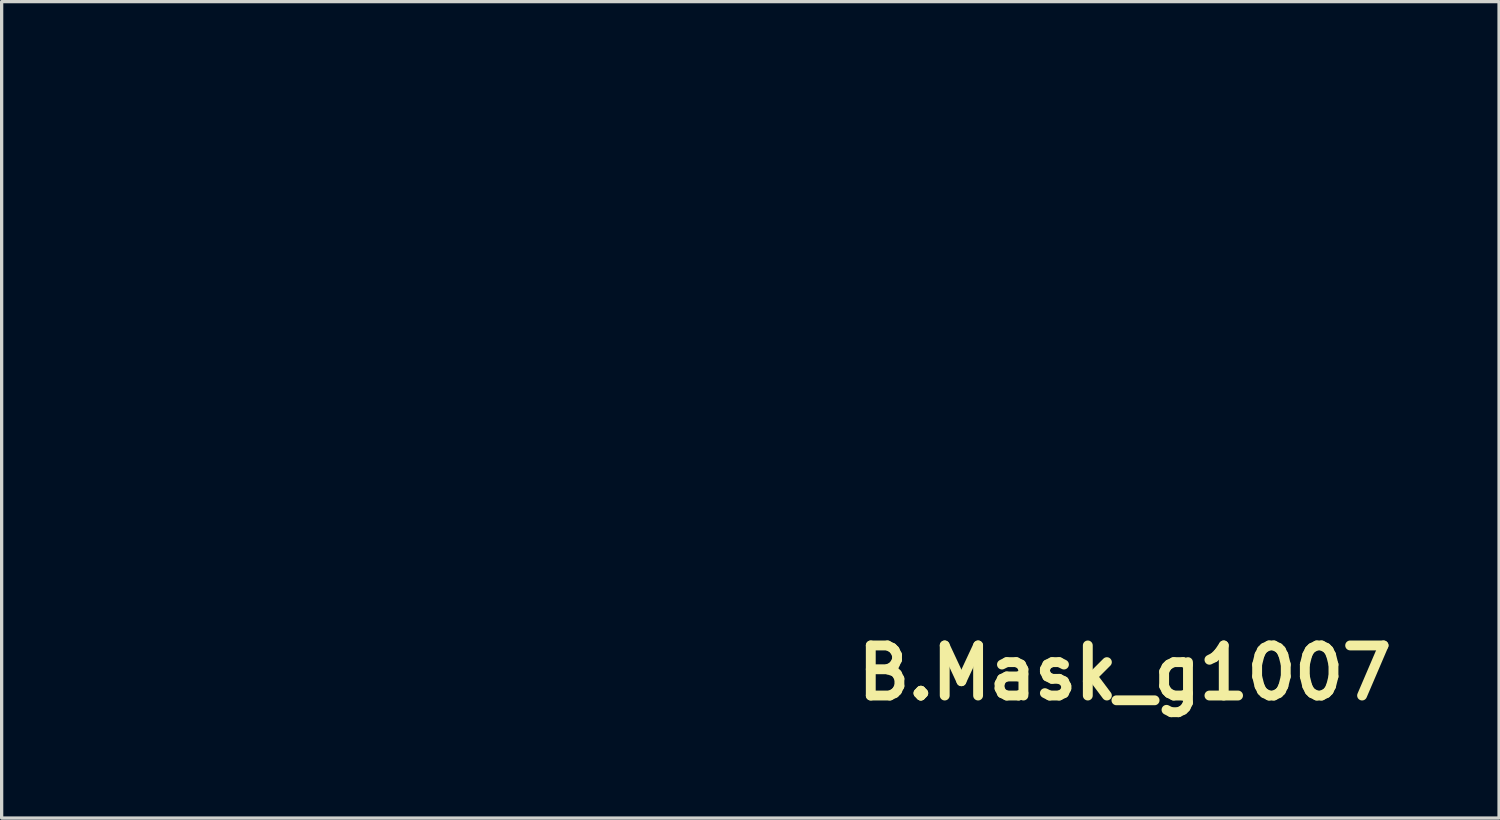
<source format=kicad_pcb>
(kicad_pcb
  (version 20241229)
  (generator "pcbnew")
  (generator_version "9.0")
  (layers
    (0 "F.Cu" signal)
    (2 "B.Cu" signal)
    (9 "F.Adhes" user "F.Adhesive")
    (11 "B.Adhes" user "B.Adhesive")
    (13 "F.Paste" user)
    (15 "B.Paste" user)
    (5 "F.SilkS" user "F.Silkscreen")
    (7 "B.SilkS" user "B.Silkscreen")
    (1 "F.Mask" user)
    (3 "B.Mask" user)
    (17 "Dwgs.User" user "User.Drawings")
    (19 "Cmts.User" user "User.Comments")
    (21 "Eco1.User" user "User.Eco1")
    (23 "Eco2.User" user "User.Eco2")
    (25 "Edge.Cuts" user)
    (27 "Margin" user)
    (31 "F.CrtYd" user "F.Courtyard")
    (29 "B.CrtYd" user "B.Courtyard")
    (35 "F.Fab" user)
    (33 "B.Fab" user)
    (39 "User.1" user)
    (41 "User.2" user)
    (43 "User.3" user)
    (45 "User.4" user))
  (footprint "B.Mask_g1007"
    (layer "F.Cu")
    (at 31.176 17.425)
    (property "Reference" "B.Mask_g1007" (at 0 0 0) (layer "F.SilkS") (effects (font (size 1.524 1.524) (thickness 0.3))))
    (attr through_hole)
    (fp_poly (pts (xy -23.638 -17.416) (xy -23.571 -17.404) (xy -23.479 -17.388) (xy -23.371 -17.367) (xy -23.315 -17.356) (xy -23.165 -17.328) (xy -23.04 -17.31) (xy -22.922 -17.299) (xy -22.795 -17.294) (xy -22.701 -17.293) (xy -22.525 -17.291) (xy -22.329 -17.287) (xy -22.12 -17.28) (xy -21.908 -17.271) (xy -21.7 -17.261) (xy -21.506 -17.249) (xy -21.334 -17.237) (xy -21.192 -17.225) (xy -21.141 -17.219) (xy -20.948 -17.195) (xy -20.789 -17.171) (xy -20.651 -17.144) (xy -20.527 -17.112) (xy -20.405 -17.07) (xy -20.277 -17.017) (xy -20.131 -16.95) (xy -20.045 -16.908) (xy -19.835 -16.805) (xy -19.661 -16.715) (xy -19.516 -16.637) (xy -19.399 -16.569) (xy -19.303 -16.507) (xy -19.226 -16.449) (xy -19.162 -16.394) (xy -19.157 -16.389) (xy -19.042 -16.277) (xy -18.869 -16.277) (xy -18.733 -16.274) (xy -18.579 -16.266) (xy -18.42 -16.254) (xy -18.266 -16.239) (xy -18.13 -16.222) (xy -18.021 -16.203) (xy -18.002 -16.199) (xy -17.923 -16.179) (xy -17.818 -16.147) (xy -17.701 -16.11) (xy -17.59 -16.071) (xy -17.506 -16.044) (xy -17.389 -16.008) (xy -17.244 -15.966) (xy -17.078 -15.92) (xy -16.898 -15.871) (xy -16.711 -15.821) (xy -16.552 -15.78) (xy -16.291 -15.713) (xy -16.067 -15.653) (xy -15.875 -15.599) (xy -15.711 -15.549) (xy -15.571 -15.503) (xy -15.451 -15.459) (xy -15.345 -15.415) (xy -15.25 -15.37) (xy -15.219 -15.354) (xy -15.004 -15.223) (xy -14.82 -15.071) (xy -14.67 -14.901) (xy -14.558 -14.717) (xy -14.549 -14.698) (xy -14.472 -14.487) (xy -14.424 -14.25) (xy -14.405 -13.991) (xy -14.415 -13.717) (xy -14.453 -13.431) (xy -14.52 -13.14) (xy -14.564 -12.995) (xy -14.615 -12.854) (xy -14.676 -12.706) (xy -14.744 -12.561) (xy -14.812 -12.428) (xy -14.877 -12.32) (xy -14.91 -12.272) (xy -14.985 -12.19) (xy -15.097 -12.091) (xy -15.243 -11.975) (xy -15.423 -11.845) (xy -15.59 -11.732) (xy -15.793 -11.599) (xy -15.982 -11.484) (xy -16.171 -11.377) (xy -16.374 -11.27) (xy -16.542 -11.187) (xy -16.702 -11.109) (xy -16.834 -11.047) (xy -16.945 -10.999) (xy -17.044 -10.961) (xy -17.141 -10.93) (xy -17.243 -10.905) (xy -17.359 -10.88) (xy -17.498 -10.855) (xy -17.558 -10.844) (xy -17.833 -10.802) (xy -18.083 -10.772) (xy -18.304 -10.757) (xy -18.493 -10.756) (xy -18.646 -10.77) (xy -18.66 -10.772) (xy -18.758 -10.791) (xy -18.842 -10.811) (xy -18.92 -10.836) (xy -18.997 -10.87) (xy -19.078 -10.915) (xy -19.171 -10.974) (xy -19.282 -11.052) (xy -19.416 -11.151) (xy -19.505 -11.218) (xy -19.636 -11.317) (xy -19.765 -11.417) (xy -19.886 -11.511) (xy -19.991 -11.595) (xy -20.075 -11.663) (xy -20.116 -11.698) (xy -20.192 -11.764) (xy -20.263 -11.825) (xy -20.318 -11.872) (xy -20.34 -11.89) (xy -20.397 -11.938) (xy -20.37 -11.806) (xy -20.339 -11.619) (xy -20.317 -11.401) (xy -20.303 -11.163) (xy -20.298 -10.914) (xy -20.302 -10.667) (xy -20.317 -10.43) (xy -20.321 -10.381) (xy -20.358 -10.144) (xy -20.422 -9.892) (xy -20.509 -9.632) (xy -20.616 -9.373) (xy -20.74 -9.125) (xy -20.875 -8.894) (xy -21.018 -8.69) (xy -21.139 -8.548) (xy -21.179 -8.506) (xy -21.212 -8.469) (xy -21.242 -8.438) (xy -21.273 -8.413) (xy -21.308 -8.392) (xy -21.351 -8.376) (xy -21.404 -8.364) (xy -21.472 -8.355) (xy -21.558 -8.35) (xy -21.665 -8.347) (xy -21.797 -8.347) (xy -21.958 -8.348) (xy -22.15 -8.351) (xy -22.377 -8.355) (xy -22.643 -8.359) (xy -22.656 -8.359) (xy -23.918 -8.379) (xy -24.088 -8.534) (xy -24.262 -8.683) (xy -24.42 -8.797) (xy -24.56 -8.878) (xy -24.682 -8.922) (xy -24.758 -8.932) (xy -24.769 -8.932) (xy -24.78 -8.931) (xy -24.793 -8.927) (xy -24.812 -8.917) (xy -24.838 -8.901) (xy -24.874 -8.875) (xy -24.924 -8.838) (xy -24.989 -8.789) (xy -25.073 -8.724) (xy -25.177 -8.643) (xy -25.305 -8.543) (xy -25.459 -8.422) (xy -25.641 -8.278) (xy -25.801 -8.152) (xy -26.015 -7.984) (xy -26.2 -7.84) (xy -26.361 -7.718) (xy -26.499 -7.615) (xy -26.621 -7.529) (xy -26.728 -7.457) (xy -26.825 -7.396) (xy -26.916 -7.343) (xy -27.004 -7.298) (xy -27.094 -7.256) (xy -27.146 -7.232) (xy -27.239 -7.194) (xy -27.324 -7.162) (xy -27.409 -7.135) (xy -27.497 -7.114) (xy -27.594 -7.097) (xy -27.706 -7.083) (xy -27.837 -7.073) (xy -27.994 -7.064) (xy -28.181 -7.057) (xy -28.404 -7.05) (xy -28.459 -7.049) (xy -28.648 -7.044) (xy -28.836 -7.039) (xy -29.015 -7.034) (xy -29.179 -7.03) (xy -29.319 -7.026) (xy -29.43 -7.023) (xy -29.485 -7.021) (xy -29.604 -7.02) (xy -29.724 -7.021) (xy -29.831 -7.026) (xy -29.898 -7.031) (xy -30.035 -7.053) (xy -30.177 -7.086) (xy -30.31 -7.125) (xy -30.419 -7.167) (xy -30.445 -7.179) (xy -30.535 -7.23) (xy -30.633 -7.292) (xy -30.725 -7.357) (xy -30.799 -7.417) (xy -30.829 -7.446) (xy -30.869 -7.5) (xy -30.919 -7.584) (xy -30.973 -7.687) (xy -31.027 -7.797) (xy -31.074 -7.906) (xy -31.111 -8.002) (xy -31.127 -8.054) (xy -31.158 -8.228) (xy -31.171 -8.432) (xy -31.167 -8.655) (xy -31.146 -8.888) (xy -31.109 -9.122) (xy -31.062 -9.326) (xy -30.944 -9.682) (xy -30.789 -10.017) (xy -30.597 -10.333) (xy -30.368 -10.629) (xy -30.102 -10.904) (xy -29.799 -11.159) (xy -29.46 -11.393) (xy -29.084 -11.607) (xy -28.811 -11.739) (xy -28.725 -11.775) (xy -28.605 -11.824) (xy -28.455 -11.883) (xy -28.281 -11.951) (xy -28.088 -12.025) (xy -27.88 -12.103) (xy -27.663 -12.185) (xy -27.443 -12.266) (xy -27.224 -12.347) (xy -27.012 -12.424) (xy -26.811 -12.496) (xy -26.627 -12.561) (xy -26.466 -12.617) (xy -26.357 -12.654) (xy -26.214 -12.7) (xy -26.064 -12.746) (xy -25.919 -12.788) (xy -25.792 -12.822) (xy -25.719 -12.841) (xy -25.467 -12.899) (xy -25.619 -13.061) (xy -25.799 -13.271) (xy -25.977 -13.514) (xy -26.151 -13.782) (xy -26.313 -14.066) (xy -26.46 -14.357) (xy -26.586 -14.646) (xy -26.687 -14.924) (xy -26.732 -15.073) (xy -26.785 -15.317) (xy -26.809 -15.539) (xy -26.804 -15.739) (xy -26.771 -15.914) (xy -26.709 -16.062) (xy -26.621 -16.182) (xy -26.505 -16.272) (xy -26.437 -16.305) (xy -26.361 -16.339) (xy -26.286 -16.375) (xy -26.268 -16.385) (xy -26.095 -16.477) (xy -25.933 -16.556) (xy -25.771 -16.626) (xy -25.604 -16.689) (xy -25.423 -16.748) (xy -25.221 -16.805) (xy -24.988 -16.864) (xy -24.828 -16.901) (xy -24.665 -16.94) (xy -24.535 -16.973) (xy -24.432 -17.003) (xy -24.348 -17.033) (xy -24.276 -17.066) (xy -24.208 -17.105) (xy -24.138 -17.153) (xy -24.07 -17.202) (xy -23.958 -17.281) (xy -23.853 -17.346) (xy -23.763 -17.393) (xy -23.694 -17.417) (xy -23.672 -17.42) (xy -23.638 -17.416)) (stroke (width 0.01) (type solid)) (fill yes) (layer "B.Mask")))
  (gr_rect
    (start -3 -3)
    (end 42.565 21.843)
    (stroke (width 0.1) (type default))
    (fill no)
    (layer "Edge.Cuts")))
</source>
